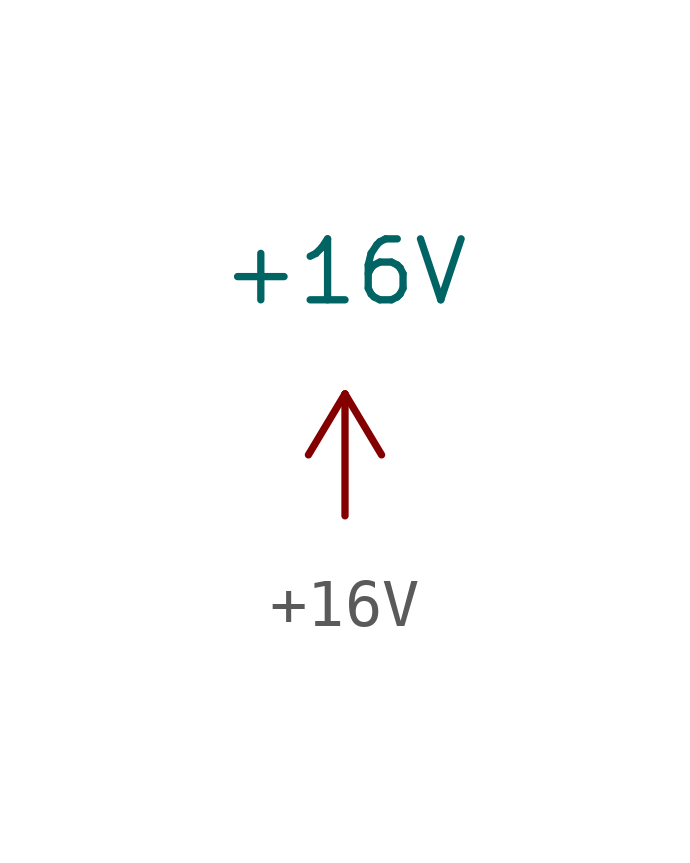
<source format=kicad_sym>
(kicad_symbol_lib
  (version 20211014)
  (generator kicad_symbol_editor)
  (symbol "+16V"
    (power)
    (pin_names
      (offset 0))
    (property "Reference" "#PWR012"
      (at 0 -3.81 0)
      (effects (font (size 1.27 1.27)) hide))
    (property "Value" "+16V"
      (at 0 5.08 0)
      (effects (font (size 1.27 1.27))))
    (symbol "+16V_0_1"
      (polyline (pts (xy -0.762 1.27) (xy 0 2.54)) (stroke (width 0) (type default) (color 0 0 0 0)) (fill (type none)))
      (polyline (pts (xy 0 0) (xy 0 2.54)) (stroke (width 0) (type default) (color 0 0 0 0)) (fill (type none)))
      (polyline (pts (xy 0 2.54) (xy 0.762 1.27)) (stroke (width 0) (type default) (color 0 0 0 0)) (fill (type none))))
    (symbol "+16V_1_1"
      (pin power_in line (at 0 0 90) (length 0) hide (name "+16V" (effects (font (size 1.27 1.27)))) (number "1" (effects (font (size 1.27 1.27))))))))
</source>
